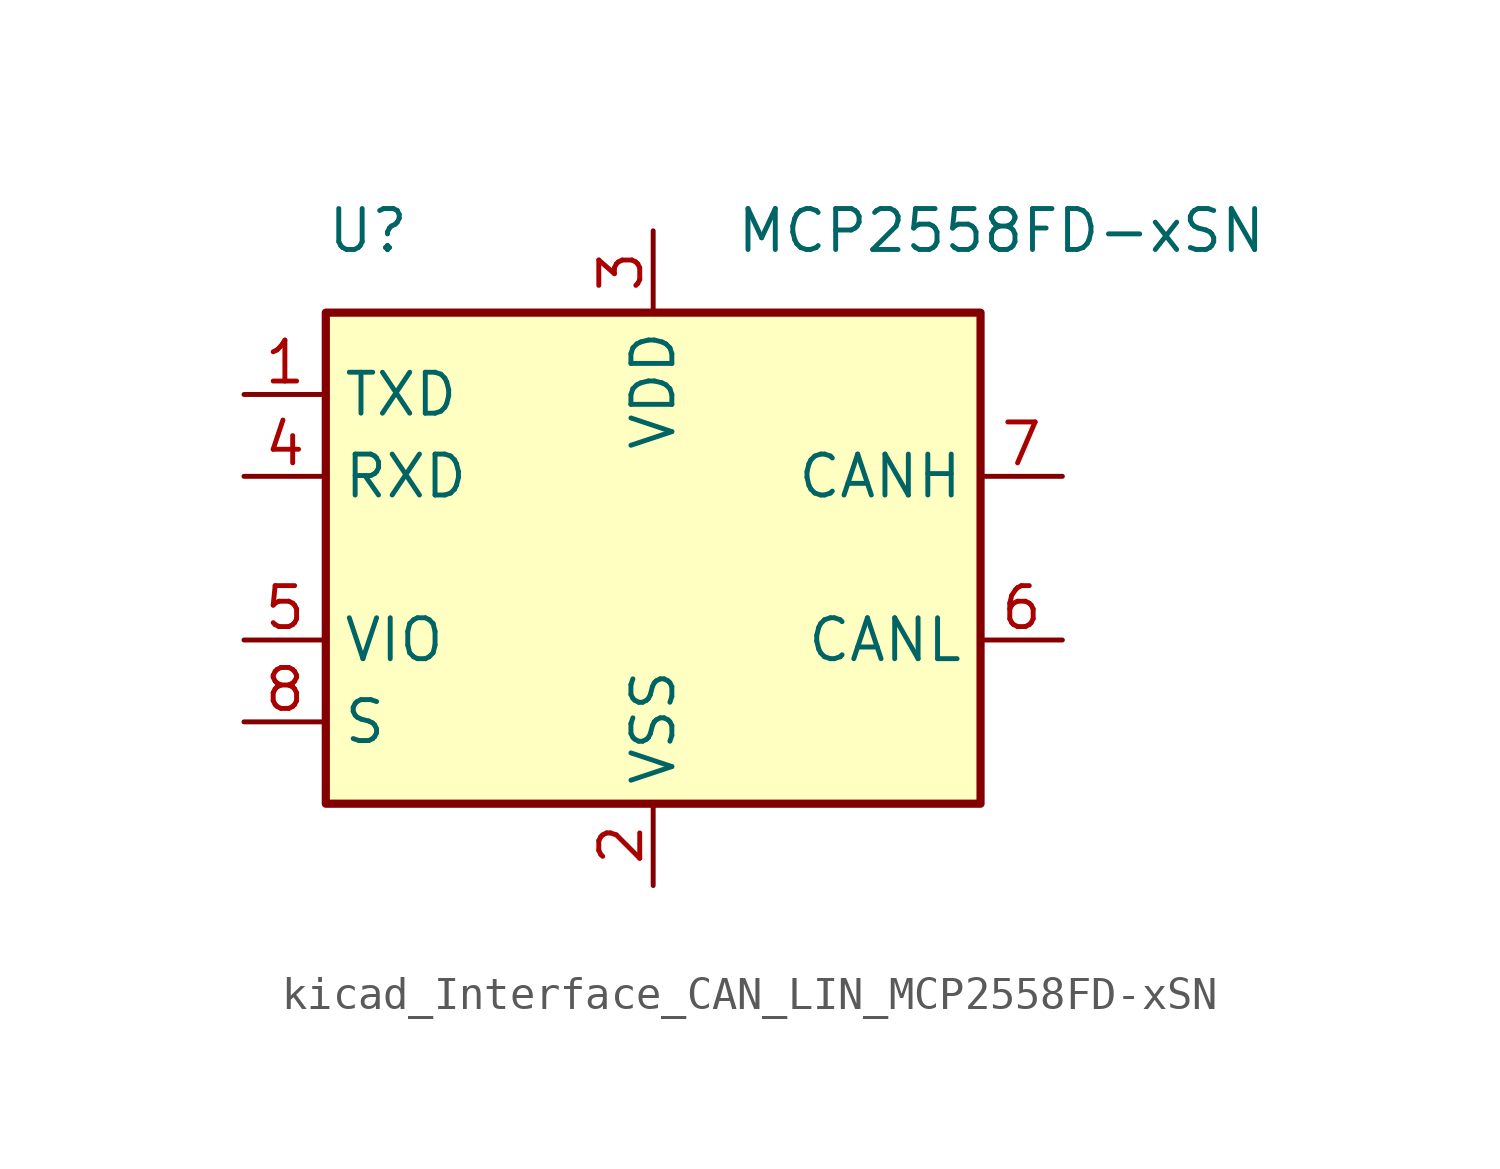
<source format=kicad_sym>
(kicad_symbol_lib
  (version 20220914)
  (generator kicad_symbol_editor)
  (symbol "kicad_Interface_CAN_LIN_MCP2558FD-xSN"
    (property "Reference" "U"
      (at -10.16 10.16 0)
      (effects (font (size 1.27 1.27)) (justify left)))
    (property "Value" "MCP2558FD-xSN"
      (at 2.54 10.16 0)
      (effects (font (size 1.27 1.27)) (justify left)))
    (symbol "kicad_Interface_CAN_LIN_MCP2558FD-xSN_0_1"
      (rectangle (start -10.16 7.62) (end 10.16 -7.62) (stroke (width 0.254) (type default)) (fill (type background))))
    (symbol "kicad_Interface_CAN_LIN_MCP2558FD-xSN_1_1"
      (pin input line (at -12.7 5.08 0) (length 2.54) (name "TXD" (effects (font (size 1.27 1.27)))) (number "1" (effects (font (size 1.27 1.27)))))
      (pin power_in line (at 0 -10.16 90) (length 2.54) (name "VSS" (effects (font (size 1.27 1.27)))) (number "2" (effects (font (size 1.27 1.27)))))
      (pin power_in line (at 0 10.16 270) (length 2.54) (name "VDD" (effects (font (size 1.27 1.27)))) (number "3" (effects (font (size 1.27 1.27)))))
      (pin output line (at -12.7 2.54 0) (length 2.54) (name "RXD" (effects (font (size 1.27 1.27)))) (number "4" (effects (font (size 1.27 1.27)))))
      (pin power_in line (at -12.7 -2.54 0) (length 2.54) (name "VIO" (effects (font (size 1.27 1.27)))) (number "5" (effects (font (size 1.27 1.27)))))
      (pin bidirectional line (at 12.7 -2.54 180) (length 2.54) (name "CANL" (effects (font (size 1.27 1.27)))) (number "6" (effects (font (size 1.27 1.27)))))
      (pin bidirectional line (at 12.7 2.54 180) (length 2.54) (name "CANH" (effects (font (size 1.27 1.27)))) (number "7" (effects (font (size 1.27 1.27)))))
      (pin input line (at -12.7 -5.08 0) (length 2.54) (name "S" (effects (font (size 1.27 1.27)))) (number "8" (effects (font (size 1.27 1.27))))))))
</source>
